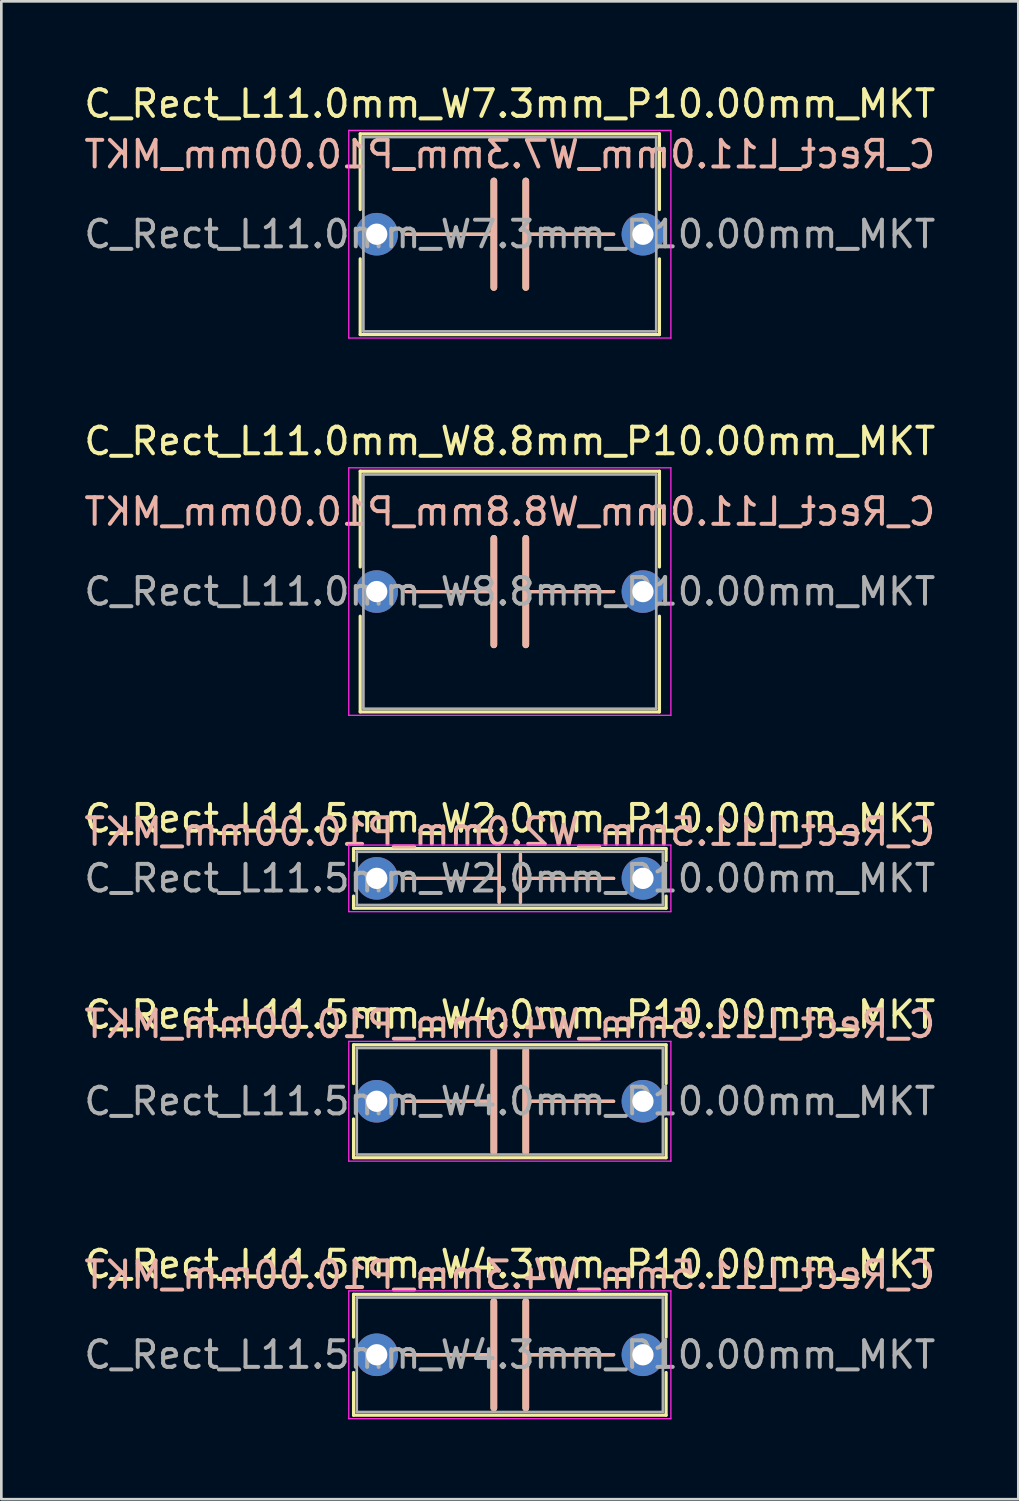
<source format=kicad_pcb>
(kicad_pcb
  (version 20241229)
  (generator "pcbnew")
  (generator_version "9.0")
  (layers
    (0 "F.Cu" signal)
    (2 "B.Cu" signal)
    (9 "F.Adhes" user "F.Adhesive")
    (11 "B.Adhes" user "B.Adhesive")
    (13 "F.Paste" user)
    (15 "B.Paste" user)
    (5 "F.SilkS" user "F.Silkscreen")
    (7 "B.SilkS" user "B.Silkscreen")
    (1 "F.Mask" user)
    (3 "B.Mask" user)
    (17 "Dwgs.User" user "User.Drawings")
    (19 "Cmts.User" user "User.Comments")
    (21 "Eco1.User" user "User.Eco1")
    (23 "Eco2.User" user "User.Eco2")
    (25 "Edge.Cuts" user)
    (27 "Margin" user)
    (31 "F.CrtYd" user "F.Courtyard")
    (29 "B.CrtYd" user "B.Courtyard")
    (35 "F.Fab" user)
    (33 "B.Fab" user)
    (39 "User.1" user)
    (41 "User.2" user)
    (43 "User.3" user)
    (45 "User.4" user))
  (footprint "C_Rect_L11.5mm_W2.0mm_P10.00mm_MKT"
    (layer "F.Cu")
    (at 11.101 29.945)
    (property "Reference" "C_Rect_L11.5mm_W2.0mm_P10.00mm_MKT" (at 5 -2.25 0) (layer "F.SilkS") (effects (font (size 1 1) (thickness 0.15))))
    (fp_line (start -0.87 -1.12) (end -0.87 -0.665) (stroke (width 0.12) (type solid)) (layer "F.SilkS"))
    (fp_line (start -0.87 -1.12) (end 10.87 -1.12) (stroke (width 0.12) (type solid)) (layer "F.SilkS"))
    (fp_line (start -0.87 0.665) (end -0.87 1.12) (stroke (width 0.12) (type solid)) (layer "F.SilkS"))
    (fp_line (start -0.87 1.12) (end 10.87 1.12) (stroke (width 0.12) (type solid)) (layer "F.SilkS"))
    (fp_line (start 1.1 0) (end 4.6 0) (stroke (width 0.12) (type solid)) (layer "F.SilkS"))
    (fp_line (start 4.6 0.9) (end 4.6 -0.9) (stroke (width 0.12) (type solid)) (layer "F.SilkS"))
    (fp_line (start 5.4 0.9) (end 5.4 -0.9) (stroke (width 0.12) (type solid)) (layer "F.SilkS"))
    (fp_line (start 8.9 0) (end 5.4 0) (stroke (width 0.12) (type solid)) (layer "F.SilkS"))
    (fp_line (start 10.87 -1.12) (end 10.87 -0.665) (stroke (width 0.12) (type solid)) (layer "F.SilkS"))
    (fp_line (start 10.87 0.665) (end 10.87 1.12) (stroke (width 0.12) (type solid)) (layer "F.SilkS"))
    (fp_line (start 1.1 0) (end 4.6 0) (stroke (width 0.12) (type solid)) (layer "B.SilkS"))
    (fp_line (start 4.6 -0.9) (end 4.6 0.9) (stroke (width 0.12) (type solid)) (layer "B.SilkS"))
    (fp_line (start 5.4 -0.9) (end 5.4 0.9) (stroke (width 0.12) (type solid)) (layer "B.SilkS"))
    (fp_line (start 8.9 0) (end 5.4 0) (stroke (width 0.12) (type solid)) (layer "B.SilkS"))
    (fp_line (start -1.05 -1.25) (end -1.05 1.25) (stroke (width 0.05) (type solid)) (layer "F.CrtYd"))
    (fp_line (start -1.05 1.25) (end 11.05 1.25) (stroke (width 0.05) (type solid)) (layer "F.CrtYd"))
    (fp_line (start 11.05 -1.25) (end -1.05 -1.25) (stroke (width 0.05) (type solid)) (layer "F.CrtYd"))
    (fp_line (start 11.05 1.25) (end 11.05 -1.25) (stroke (width 0.05) (type solid)) (layer "F.CrtYd"))
    (fp_line (start -0.75 -1) (end -0.75 1) (stroke (width 0.1) (type solid)) (layer "F.Fab"))
    (fp_line (start -0.75 1) (end 10.75 1) (stroke (width 0.1) (type solid)) (layer "F.Fab"))
    (fp_line (start 10.75 -1) (end -0.75 -1) (stroke (width 0.1) (type solid)) (layer "F.Fab"))
    (fp_line (start 10.75 1) (end 10.75 -1) (stroke (width 0.1) (type solid)) (layer "F.Fab"))
    (fp_text user "${REFERENCE}" (at 5 -1.75 0) (layer "B.SilkS") (effects (font (size 1 1) (thickness 0.15)) (justify mirror)))
    (fp_text user "${REFERENCE}" (at 5 0 0) (layer "F.Fab") (effects (font (size 1 1) (thickness 0.15))))
    (pad "1" thru_hole circle (at 0 0) (size 1.6 1.6) (drill 0.8) (layers "*.Cu" "*.Mask"))
    (pad "2" thru_hole circle (at 10 0) (size 1.6 1.6) (drill 0.8) (layers "*.Cu" "*.Mask")))
  (footprint "C_Rect_L11.5mm_W4.3mm_P10.00mm_MKT"
    (layer "F.Cu")
    (at 11.101 47.841)
    (property "Reference" "C_Rect_L11.5mm_W4.3mm_P10.00mm_MKT" (at 5 -3.4 0) (layer "F.SilkS") (effects (font (size 1 1) (thickness 0.15))))
    (fp_line (start -0.87 -2.27) (end -0.87 -0.665) (stroke (width 0.12) (type solid)) (layer "F.SilkS"))
    (fp_line (start -0.87 -2.27) (end 10.87 -2.27) (stroke (width 0.12) (type solid)) (layer "F.SilkS"))
    (fp_line (start -0.87 0.665) (end -0.87 2.27) (stroke (width 0.12) (type solid)) (layer "F.SilkS"))
    (fp_line (start -0.87 2.27) (end 10.87 2.27) (stroke (width 0.12) (type solid)) (layer "F.SilkS"))
    (fp_line (start 1.1 0) (end 4.4 0) (stroke (width 0.12) (type solid)) (layer "F.SilkS"))
    (fp_line (start 4.4 2) (end 4.4 -2) (stroke (width 0.25) (type solid)) (layer "F.SilkS"))
    (fp_line (start 5.6 2) (end 5.6 -2) (stroke (width 0.25) (type solid)) (layer "F.SilkS"))
    (fp_line (start 8.9 0) (end 5.6 0) (stroke (width 0.12) (type solid)) (layer "F.SilkS"))
    (fp_line (start 10.87 -2.27) (end 10.87 -0.665) (stroke (width 0.12) (type solid)) (layer "F.SilkS"))
    (fp_line (start 10.87 0.665) (end 10.87 2.27) (stroke (width 0.12) (type solid)) (layer "F.SilkS"))
    (fp_line (start 1.1 0) (end 4.4 0) (stroke (width 0.12) (type solid)) (layer "B.SilkS"))
    (fp_line (start 4.4 -2) (end 4.4 2) (stroke (width 0.25) (type solid)) (layer "B.SilkS"))
    (fp_line (start 5.6 -2) (end 5.6 2) (stroke (width 0.25) (type solid)) (layer "B.SilkS"))
    (fp_line (start 8.9 0) (end 5.6 0) (stroke (width 0.12) (type solid)) (layer "B.SilkS"))
    (fp_line (start -1.05 -2.4) (end -1.05 2.4) (stroke (width 0.05) (type solid)) (layer "F.CrtYd"))
    (fp_line (start -1.05 2.4) (end 11.05 2.4) (stroke (width 0.05) (type solid)) (layer "F.CrtYd"))
    (fp_line (start 11.05 -2.4) (end -1.05 -2.4) (stroke (width 0.05) (type solid)) (layer "F.CrtYd"))
    (fp_line (start 11.05 2.4) (end 11.05 -2.4) (stroke (width 0.05) (type solid)) (layer "F.CrtYd"))
    (fp_line (start -0.75 -2.15) (end -0.75 2.15) (stroke (width 0.1) (type solid)) (layer "F.Fab"))
    (fp_line (start -0.75 2.15) (end 10.75 2.15) (stroke (width 0.1) (type solid)) (layer "F.Fab"))
    (fp_line (start 10.75 -2.15) (end -0.75 -2.15) (stroke (width 0.1) (type solid)) (layer "F.Fab"))
    (fp_line (start 10.75 2.15) (end 10.75 -2.15) (stroke (width 0.1) (type solid)) (layer "F.Fab"))
    (fp_text user "${REFERENCE}" (at 5 -3 0) (layer "B.SilkS") (effects (font (size 1 1) (thickness 0.15)) (justify mirror)))
    (fp_text user "${REFERENCE}" (at 5 0 0) (layer "F.Fab") (effects (font (size 1 1) (thickness 0.15))))
    (pad "1" thru_hole circle (at 0 0) (size 1.6 1.6) (drill 0.8) (layers "*.Cu" "*.Mask"))
    (pad "2" thru_hole circle (at 10 0) (size 1.6 1.6) (drill 0.8) (layers "*.Cu" "*.Mask")))
  (footprint "C_Rect_L11.5mm_W4.0mm_P10.00mm_MKT"
    (layer "F.Cu")
    (at 11.101 38.318)
    (property "Reference" "C_Rect_L11.5mm_W4.0mm_P10.00mm_MKT" (at 5 -3.25 0) (layer "F.SilkS") (effects (font (size 1 1) (thickness 0.15))))
    (fp_line (start -0.87 -2.12) (end -0.87 -0.665) (stroke (width 0.12) (type solid)) (layer "F.SilkS"))
    (fp_line (start -0.87 -2.12) (end 10.87 -2.12) (stroke (width 0.12) (type solid)) (layer "F.SilkS"))
    (fp_line (start -0.87 0.665) (end -0.87 2.12) (stroke (width 0.12) (type solid)) (layer "F.SilkS"))
    (fp_line (start -0.87 2.12) (end 10.87 2.12) (stroke (width 0.12) (type solid)) (layer "F.SilkS"))
    (fp_line (start 1.1 0) (end 4.4 0) (stroke (width 0.12) (type solid)) (layer "F.SilkS"))
    (fp_line (start 4.4 1.9) (end 4.4 -1.9) (stroke (width 0.25) (type solid)) (layer "F.SilkS"))
    (fp_line (start 5.6 1.9) (end 5.6 -1.9) (stroke (width 0.25) (type solid)) (layer "F.SilkS"))
    (fp_line (start 8.9 0) (end 5.6 0) (stroke (width 0.12) (type solid)) (layer "F.SilkS"))
    (fp_line (start 10.87 -2.12) (end 10.87 -0.665) (stroke (width 0.12) (type solid)) (layer "F.SilkS"))
    (fp_line (start 10.87 0.665) (end 10.87 2.12) (stroke (width 0.12) (type solid)) (layer "F.SilkS"))
    (fp_line (start 1.1 0) (end 4.4 0) (stroke (width 0.12) (type solid)) (layer "B.SilkS"))
    (fp_line (start 4.4 -1.9) (end 4.4 1.9) (stroke (width 0.25) (type solid)) (layer "B.SilkS"))
    (fp_line (start 5.6 -1.9) (end 5.6 1.9) (stroke (width 0.25) (type solid)) (layer "B.SilkS"))
    (fp_line (start 8.9 0) (end 5.6 0) (stroke (width 0.12) (type solid)) (layer "B.SilkS"))
    (fp_line (start -1.05 -2.25) (end -1.05 2.25) (stroke (width 0.05) (type solid)) (layer "F.CrtYd"))
    (fp_line (start -1.05 2.25) (end 11.05 2.25) (stroke (width 0.05) (type solid)) (layer "F.CrtYd"))
    (fp_line (start 11.05 -2.25) (end -1.05 -2.25) (stroke (width 0.05) (type solid)) (layer "F.CrtYd"))
    (fp_line (start 11.05 2.25) (end 11.05 -2.25) (stroke (width 0.05) (type solid)) (layer "F.CrtYd"))
    (fp_line (start -0.75 -2) (end -0.75 2) (stroke (width 0.1) (type solid)) (layer "F.Fab"))
    (fp_line (start -0.75 2) (end 10.75 2) (stroke (width 0.1) (type solid)) (layer "F.Fab"))
    (fp_line (start 10.75 -2) (end -0.75 -2) (stroke (width 0.1) (type solid)) (layer "F.Fab"))
    (fp_line (start 10.75 2) (end 10.75 -2) (stroke (width 0.1) (type solid)) (layer "F.Fab"))
    (fp_text user "${REFERENCE}" (at 5 -2.9 0) (layer "B.SilkS") (effects (font (size 1 1) (thickness 0.15)) (justify mirror)))
    (fp_text user "${REFERENCE}" (at 5 0 0) (layer "F.Fab") (effects (font (size 1 1) (thickness 0.15))))
    (pad "1" thru_hole circle (at 0 0) (size 1.6 1.6) (drill 0.8) (layers "*.Cu" "*.Mask"))
    (pad "2" thru_hole circle (at 10 0) (size 1.6 1.6) (drill 0.8) (layers "*.Cu" "*.Mask")))
  (footprint "C_Rect_L11.0mm_W8.8mm_P10.00mm_MKT"
    (layer "F.Cu")
    (at 11.101 19.172)
    (property "Reference" "C_Rect_L11.0mm_W8.8mm_P10.00mm_MKT" (at 5 -5.65 0) (layer "F.SilkS") (effects (font (size 1 1) (thickness 0.15))))
    (fp_line (start -0.62 -4.52) (end -0.62 -0.925) (stroke (width 0.12) (type solid)) (layer "F.SilkS"))
    (fp_line (start -0.62 -4.52) (end 10.62 -4.52) (stroke (width 0.12) (type solid)) (layer "F.SilkS"))
    (fp_line (start -0.62 0.925) (end -0.62 4.52) (stroke (width 0.12) (type solid)) (layer "F.SilkS"))
    (fp_line (start -0.62 4.52) (end 10.62 4.52) (stroke (width 0.12) (type solid)) (layer "F.SilkS"))
    (fp_line (start 1.1 0) (end 4.4 0) (stroke (width 0.12) (type solid)) (layer "F.SilkS"))
    (fp_line (start 4.4 2) (end 4.4 -2) (stroke (width 0.25) (type solid)) (layer "F.SilkS"))
    (fp_line (start 5.6 2) (end 5.6 -2) (stroke (width 0.25) (type solid)) (layer "F.SilkS"))
    (fp_line (start 8.9 0) (end 5.6 0) (stroke (width 0.12) (type solid)) (layer "F.SilkS"))
    (fp_line (start 10.62 -4.52) (end 10.62 -0.925) (stroke (width 0.12) (type solid)) (layer "F.SilkS"))
    (fp_line (start 10.62 0.925) (end 10.62 4.52) (stroke (width 0.12) (type solid)) (layer "F.SilkS"))
    (fp_line (start 1.1 0) (end 4.4 0) (stroke (width 0.12) (type solid)) (layer "B.SilkS"))
    (fp_line (start 4.4 -2) (end 4.4 2) (stroke (width 0.25) (type solid)) (layer "B.SilkS"))
    (fp_line (start 5.6 -2) (end 5.6 2) (stroke (width 0.25) (type solid)) (layer "B.SilkS"))
    (fp_line (start 8.9 0) (end 5.6 0) (stroke (width 0.12) (type solid)) (layer "B.SilkS"))
    (fp_line (start -1.05 -4.65) (end -1.05 4.65) (stroke (width 0.05) (type solid)) (layer "F.CrtYd"))
    (fp_line (start -1.05 4.65) (end 11.05 4.65) (stroke (width 0.05) (type solid)) (layer "F.CrtYd"))
    (fp_line (start 11.05 -4.65) (end -1.05 -4.65) (stroke (width 0.05) (type solid)) (layer "F.CrtYd"))
    (fp_line (start 11.05 4.65) (end 11.05 -4.65) (stroke (width 0.05) (type solid)) (layer "F.CrtYd"))
    (fp_line (start -0.5 -4.4) (end -0.5 4.4) (stroke (width 0.1) (type solid)) (layer "F.Fab"))
    (fp_line (start -0.5 4.4) (end 10.5 4.4) (stroke (width 0.1) (type solid)) (layer "F.Fab"))
    (fp_line (start 10.5 -4.4) (end -0.5 -4.4) (stroke (width 0.1) (type solid)) (layer "F.Fab"))
    (fp_line (start 10.5 4.4) (end 10.5 -4.4) (stroke (width 0.1) (type solid)) (layer "F.Fab"))
    (fp_text user "${REFERENCE}" (at 5 -3 0) (layer "B.SilkS") (effects (font (size 1 1) (thickness 0.15)) (justify mirror)))
    (fp_text user "${REFERENCE}" (at 5 0 0) (layer "F.Fab") (effects (font (size 1 1) (thickness 0.15))))
    (pad "1" thru_hole circle (at 0 0) (size 1.6 1.6) (drill 0.8) (layers "*.Cu" "*.Mask"))
    (pad "2" thru_hole circle (at 10 0) (size 1.6 1.6) (drill 0.8) (layers "*.Cu" "*.Mask")))
  (footprint "C_Rect_L11.0mm_W7.3mm_P10.00mm_MKT"
    (layer "F.Cu")
    (at 11.101 5.748)
    (property "Reference" "C_Rect_L11.0mm_W7.3mm_P10.00mm_MKT" (at 5 -4.9 0) (layer "F.SilkS") (effects (font (size 1 1) (thickness 0.15))))
    (fp_line (start -0.62 -3.77) (end -0.62 -0.925) (stroke (width 0.12) (type solid)) (layer "F.SilkS"))
    (fp_line (start -0.62 -3.77) (end 10.62 -3.77) (stroke (width 0.12) (type solid)) (layer "F.SilkS"))
    (fp_line (start -0.62 0.925) (end -0.62 3.77) (stroke (width 0.12) (type solid)) (layer "F.SilkS"))
    (fp_line (start -0.62 3.77) (end 10.62 3.77) (stroke (width 0.12) (type solid)) (layer "F.SilkS"))
    (fp_line (start 1.1 0) (end 4.4 0) (stroke (width 0.12) (type solid)) (layer "F.SilkS"))
    (fp_line (start 4.4 2) (end 4.4 -2) (stroke (width 0.25) (type solid)) (layer "F.SilkS"))
    (fp_line (start 5.6 2) (end 5.6 -2) (stroke (width 0.25) (type solid)) (layer "F.SilkS"))
    (fp_line (start 8.9 0) (end 5.6 0) (stroke (width 0.12) (type solid)) (layer "F.SilkS"))
    (fp_line (start 10.62 -3.77) (end 10.62 -0.925) (stroke (width 0.12) (type solid)) (layer "F.SilkS"))
    (fp_line (start 10.62 0.925) (end 10.62 3.77) (stroke (width 0.12) (type solid)) (layer "F.SilkS"))
    (fp_line (start 1.1 0) (end 4.4 0) (stroke (width 0.12) (type solid)) (layer "B.SilkS"))
    (fp_line (start 4.4 -2) (end 4.4 2) (stroke (width 0.25) (type solid)) (layer "B.SilkS"))
    (fp_line (start 5.6 -2) (end 5.6 2) (stroke (width 0.25) (type solid)) (layer "B.SilkS"))
    (fp_line (start 8.9 0) (end 5.6 0) (stroke (width 0.12) (type solid)) (layer "B.SilkS"))
    (fp_line (start -1.05 -3.9) (end -1.05 3.9) (stroke (width 0.05) (type solid)) (layer "F.CrtYd"))
    (fp_line (start -1.05 3.9) (end 11.05 3.9) (stroke (width 0.05) (type solid)) (layer "F.CrtYd"))
    (fp_line (start 11.05 -3.9) (end -1.05 -3.9) (stroke (width 0.05) (type solid)) (layer "F.CrtYd"))
    (fp_line (start 11.05 3.9) (end 11.05 -3.9) (stroke (width 0.05) (type solid)) (layer "F.CrtYd"))
    (fp_line (start -0.5 -3.65) (end -0.5 3.65) (stroke (width 0.1) (type solid)) (layer "F.Fab"))
    (fp_line (start -0.5 3.65) (end 10.5 3.65) (stroke (width 0.1) (type solid)) (layer "F.Fab"))
    (fp_line (start 10.5 -3.65) (end -0.5 -3.65) (stroke (width 0.1) (type solid)) (layer "F.Fab"))
    (fp_line (start 10.5 3.65) (end 10.5 -3.65) (stroke (width 0.1) (type solid)) (layer "F.Fab"))
    (fp_text user "${REFERENCE}" (at 5 -3 0) (layer "B.SilkS") (effects (font (size 1 1) (thickness 0.15)) (justify mirror)))
    (fp_text user "${REFERENCE}" (at 5 0 0) (layer "F.Fab") (effects (font (size 1 1) (thickness 0.15))))
    (pad "1" thru_hole circle (at 0 0) (size 1.6 1.6) (drill 0.8) (layers "*.Cu" "*.Mask"))
    (pad "2" thru_hole circle (at 10 0) (size 1.6 1.6) (drill 0.8) (layers "*.Cu" "*.Mask")))
  (gr_rect
    (start -3 -3)
    (end 35.202 53.266)
    (stroke (width 0.1) (type default))
    (fill no)
    (layer "Edge.Cuts")))
</source>
